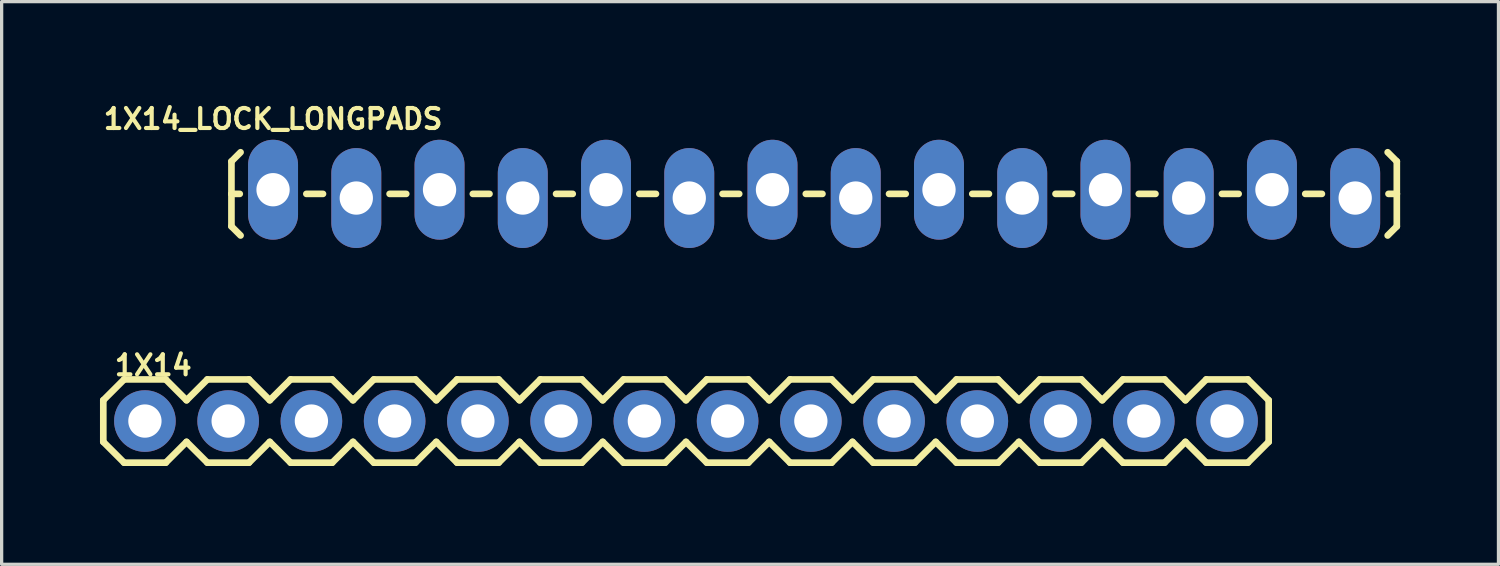
<source format=kicad_pcb>
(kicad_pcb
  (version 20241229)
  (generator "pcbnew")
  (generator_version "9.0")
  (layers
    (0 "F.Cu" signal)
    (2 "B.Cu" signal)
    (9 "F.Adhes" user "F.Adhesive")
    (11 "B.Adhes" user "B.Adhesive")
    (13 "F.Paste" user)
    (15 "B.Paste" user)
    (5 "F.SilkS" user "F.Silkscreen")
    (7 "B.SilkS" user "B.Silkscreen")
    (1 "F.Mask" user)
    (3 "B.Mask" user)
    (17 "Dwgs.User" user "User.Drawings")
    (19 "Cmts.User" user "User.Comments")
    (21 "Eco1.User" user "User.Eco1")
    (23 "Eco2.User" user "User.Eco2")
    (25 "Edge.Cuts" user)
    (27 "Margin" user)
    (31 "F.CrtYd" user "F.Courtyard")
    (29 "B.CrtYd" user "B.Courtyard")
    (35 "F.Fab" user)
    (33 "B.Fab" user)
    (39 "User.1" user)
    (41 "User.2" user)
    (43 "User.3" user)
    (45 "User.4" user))
  (footprint "1X14_LOCK_LONGPADS"
    (layer "F.Cu")
    (at 5.282 2.866)
    (property "Reference" "1X14_LOCK_LONGPADS" (at 0 -2.286 0) (layer "F.SilkS") (effects (font (size 0.61 0.61) (thickness 0.127))))
    (attr exclude_from_pos_files exclude_from_bom)
    (fp_line (start -1.27 -0.991) (end -0.991 -1.27) (stroke (width 0.203) (type solid)) (layer "F.SilkS"))
    (fp_line (start -1.27 0) (end -1.27 -0.991) (stroke (width 0.203) (type solid)) (layer "F.SilkS"))
    (fp_line (start -1.27 0) (end -1.27 0.991) (stroke (width 0.203) (type solid)) (layer "F.SilkS"))
    (fp_line (start -1.27 0) (end -1.016 0) (stroke (width 0.203) (type solid)) (layer "F.SilkS"))
    (fp_line (start -1.27 0.991) (end -0.991 1.27) (stroke (width 0.203) (type solid)) (layer "F.SilkS"))
    (fp_line (start 1.524 0) (end 1.016 0) (stroke (width 0.203) (type solid)) (layer "F.SilkS"))
    (fp_line (start 4.064 0) (end 3.556 0) (stroke (width 0.203) (type solid)) (layer "F.SilkS"))
    (fp_line (start 6.604 0) (end 6.096 0) (stroke (width 0.203) (type solid)) (layer "F.SilkS"))
    (fp_line (start 9.144 0) (end 8.636 0) (stroke (width 0.203) (type solid)) (layer "F.SilkS"))
    (fp_line (start 11.684 0) (end 11.176 0) (stroke (width 0.203) (type solid)) (layer "F.SilkS"))
    (fp_line (start 14.224 0) (end 13.716 0) (stroke (width 0.203) (type solid)) (layer "F.SilkS"))
    (fp_line (start 16.764 0) (end 16.256 0) (stroke (width 0.203) (type solid)) (layer "F.SilkS"))
    (fp_line (start 19.304 0) (end 18.796 0) (stroke (width 0.203) (type solid)) (layer "F.SilkS"))
    (fp_line (start 21.844 0) (end 21.336 0) (stroke (width 0.203) (type solid)) (layer "F.SilkS"))
    (fp_line (start 24.384 0) (end 23.876 0) (stroke (width 0.203) (type solid)) (layer "F.SilkS"))
    (fp_line (start 26.924 0) (end 26.416 0) (stroke (width 0.203) (type solid)) (layer "F.SilkS"))
    (fp_line (start 29.464 0) (end 28.953 0) (stroke (width 0.203) (type solid)) (layer "F.SilkS"))
    (fp_line (start 32.004 0) (end 31.496 0) (stroke (width 0.203) (type solid)) (layer "F.SilkS"))
    (fp_line (start 34.29 -0.991) (end 34.011 -1.27) (stroke (width 0.203) (type solid)) (layer "F.SilkS"))
    (fp_line (start 34.29 0) (end 34.036 0) (stroke (width 0.203) (type solid)) (layer "F.SilkS"))
    (fp_line (start 34.29 0) (end 34.29 -0.991) (stroke (width 0.203) (type solid)) (layer "F.SilkS"))
    (fp_line (start 34.29 0) (end 34.29 0.991) (stroke (width 0.203) (type solid)) (layer "F.SilkS"))
    (fp_line (start 34.29 0.991) (end 34.011 1.27) (stroke (width 0.203) (type solid)) (layer "F.SilkS"))
    (pad "1" thru_hole oval (at 0 -0.127 180) (size 1.524 3.048) (drill 1.016) (layers "*.Cu" "*.Paste" "*.Mask"))
    (pad "2" thru_hole oval (at 2.54 0.127 180) (size 1.524 3.048) (drill 1.016) (layers "*.Cu" "*.Paste" "*.Mask"))
    (pad "3" thru_hole oval (at 5.08 -0.127 180) (size 1.524 3.048) (drill 1.016) (layers "*.Cu" "*.Paste" "*.Mask"))
    (pad "4" thru_hole oval (at 7.62 0.127 180) (size 1.524 3.048) (drill 1.016) (layers "*.Cu" "*.Paste" "*.Mask"))
    (pad "5" thru_hole oval (at 10.16 -0.127 180) (size 1.524 3.048) (drill 1.016) (layers "*.Cu" "*.Paste" "*.Mask"))
    (pad "6" thru_hole oval (at 12.7 0.127 180) (size 1.524 3.048) (drill 1.016) (layers "*.Cu" "*.Paste" "*.Mask"))
    (pad "7" thru_hole oval (at 15.24 -0.127 180) (size 1.524 3.048) (drill 1.016) (layers "*.Cu" "*.Paste" "*.Mask"))
    (pad "8" thru_hole oval (at 17.78 0.127 180) (size 1.524 3.048) (drill 1.016) (layers "*.Cu" "*.Paste" "*.Mask"))
    (pad "9" thru_hole oval (at 20.32 -0.127 180) (size 1.524 3.048) (drill 1.016) (layers "*.Cu" "*.Paste" "*.Mask"))
    (pad "10" thru_hole oval (at 22.86 0.127 180) (size 1.524 3.048) (drill 1.016) (layers "*.Cu" "*.Paste" "*.Mask"))
    (pad "11" thru_hole oval (at 25.4 -0.127 180) (size 1.524 3.048) (drill 1.016) (layers "*.Cu" "*.Paste" "*.Mask"))
    (pad "12" thru_hole oval (at 27.94 0.127 180) (size 1.524 3.048) (drill 1.016) (layers "*.Cu" "*.Paste" "*.Mask"))
    (pad "13" thru_hole oval (at 30.48 -0.127 180) (size 1.524 3.048) (drill 1.016) (layers "*.Cu" "*.Paste" "*.Mask"))
    (pad "14" thru_hole oval (at 33.02 0.127 180) (size 1.524 3.048) (drill 1.016) (layers "*.Cu" "*.Paste" "*.Mask")))
  (footprint "1X14"
    (layer "F.Cu")
    (at 1.372 9.798)
    (property "Reference" "1X14" (at 0.254 -1.702 0) (layer "F.SilkS") (effects (font (size 0.61 0.61) (thickness 0.127))))
    (attr exclude_from_pos_files exclude_from_bom)
    (fp_line (start -1.27 -0.635) (end -1.27 0.635) (stroke (width 0.203) (type solid)) (layer "F.SilkS"))
    (fp_line (start -1.27 0.635) (end -0.635 1.27) (stroke (width 0.203) (type solid)) (layer "F.SilkS"))
    (fp_line (start -0.635 -1.27) (end -1.27 -0.635) (stroke (width 0.203) (type solid)) (layer "F.SilkS"))
    (fp_line (start -0.635 -1.27) (end 0.635 -1.27) (stroke (width 0.203) (type solid)) (layer "F.SilkS"))
    (fp_line (start 0.635 -1.27) (end 1.27 -0.635) (stroke (width 0.203) (type solid)) (layer "F.SilkS"))
    (fp_line (start 0.635 1.27) (end -0.635 1.27) (stroke (width 0.203) (type solid)) (layer "F.SilkS"))
    (fp_line (start 1.27 -0.635) (end 1.905 -1.27) (stroke (width 0.203) (type solid)) (layer "F.SilkS"))
    (fp_line (start 1.27 0.635) (end 0.635 1.27) (stroke (width 0.203) (type solid)) (layer "F.SilkS"))
    (fp_line (start 1.905 -1.27) (end 3.175 -1.27) (stroke (width 0.203) (type solid)) (layer "F.SilkS"))
    (fp_line (start 1.905 1.27) (end 1.27 0.635) (stroke (width 0.203) (type solid)) (layer "F.SilkS"))
    (fp_line (start 3.175 -1.27) (end 3.81 -0.635) (stroke (width 0.203) (type solid)) (layer "F.SilkS"))
    (fp_line (start 3.175 1.27) (end 1.905 1.27) (stroke (width 0.203) (type solid)) (layer "F.SilkS"))
    (fp_line (start 3.81 -0.635) (end 4.445 -1.27) (stroke (width 0.203) (type solid)) (layer "F.SilkS"))
    (fp_line (start 3.81 0.635) (end 3.175 1.27) (stroke (width 0.203) (type solid)) (layer "F.SilkS"))
    (fp_line (start 4.445 -1.27) (end 5.715 -1.27) (stroke (width 0.203) (type solid)) (layer "F.SilkS"))
    (fp_line (start 4.445 1.27) (end 3.81 0.635) (stroke (width 0.203) (type solid)) (layer "F.SilkS"))
    (fp_line (start 5.715 -1.27) (end 6.35 -0.635) (stroke (width 0.203) (type solid)) (layer "F.SilkS"))
    (fp_line (start 5.715 1.27) (end 4.445 1.27) (stroke (width 0.203) (type solid)) (layer "F.SilkS"))
    (fp_line (start 6.35 0.635) (end 5.715 1.27) (stroke (width 0.203) (type solid)) (layer "F.SilkS"))
    (fp_line (start 6.35 0.635) (end 6.985 1.27) (stroke (width 0.203) (type solid)) (layer "F.SilkS"))
    (fp_line (start 6.985 -1.27) (end 6.35 -0.635) (stroke (width 0.203) (type solid)) (layer "F.SilkS"))
    (fp_line (start 6.985 -1.27) (end 8.255 -1.27) (stroke (width 0.203) (type solid)) (layer "F.SilkS"))
    (fp_line (start 8.255 -1.27) (end 8.89 -0.635) (stroke (width 0.203) (type solid)) (layer "F.SilkS"))
    (fp_line (start 8.255 1.27) (end 6.985 1.27) (stroke (width 0.203) (type solid)) (layer "F.SilkS"))
    (fp_line (start 8.89 -0.635) (end 9.525 -1.27) (stroke (width 0.203) (type solid)) (layer "F.SilkS"))
    (fp_line (start 8.89 0.635) (end 8.255 1.27) (stroke (width 0.203) (type solid)) (layer "F.SilkS"))
    (fp_line (start 9.525 -1.27) (end 10.795 -1.27) (stroke (width 0.203) (type solid)) (layer "F.SilkS"))
    (fp_line (start 9.525 1.27) (end 8.89 0.635) (stroke (width 0.203) (type solid)) (layer "F.SilkS"))
    (fp_line (start 10.795 -1.27) (end 11.43 -0.635) (stroke (width 0.203) (type solid)) (layer "F.SilkS"))
    (fp_line (start 10.795 1.27) (end 9.525 1.27) (stroke (width 0.203) (type solid)) (layer "F.SilkS"))
    (fp_line (start 11.43 -0.635) (end 12.065 -1.27) (stroke (width 0.203) (type solid)) (layer "F.SilkS"))
    (fp_line (start 11.43 0.635) (end 10.795 1.27) (stroke (width 0.203) (type solid)) (layer "F.SilkS"))
    (fp_line (start 12.065 -1.27) (end 13.335 -1.27) (stroke (width 0.203) (type solid)) (layer "F.SilkS"))
    (fp_line (start 12.065 1.27) (end 11.43 0.635) (stroke (width 0.203) (type solid)) (layer "F.SilkS"))
    (fp_line (start 13.335 -1.27) (end 13.97 -0.635) (stroke (width 0.203) (type solid)) (layer "F.SilkS"))
    (fp_line (start 13.335 1.27) (end 12.065 1.27) (stroke (width 0.203) (type solid)) (layer "F.SilkS"))
    (fp_line (start 13.97 0.635) (end 13.335 1.27) (stroke (width 0.203) (type solid)) (layer "F.SilkS"))
    (fp_line (start 13.97 0.635) (end 14.605 1.27) (stroke (width 0.203) (type solid)) (layer "F.SilkS"))
    (fp_line (start 14.605 -1.27) (end 13.97 -0.635) (stroke (width 0.203) (type solid)) (layer "F.SilkS"))
    (fp_line (start 14.605 -1.27) (end 15.875 -1.27) (stroke (width 0.203) (type solid)) (layer "F.SilkS"))
    (fp_line (start 15.875 -1.27) (end 16.51 -0.635) (stroke (width 0.203) (type solid)) (layer "F.SilkS"))
    (fp_line (start 15.875 1.27) (end 14.605 1.27) (stroke (width 0.203) (type solid)) (layer "F.SilkS"))
    (fp_line (start 16.51 0.635) (end 15.875 1.27) (stroke (width 0.203) (type solid)) (layer "F.SilkS"))
    (fp_line (start 16.51 0.635) (end 17.145 1.27) (stroke (width 0.203) (type solid)) (layer "F.SilkS"))
    (fp_line (start 17.145 -1.27) (end 16.51 -0.635) (stroke (width 0.203) (type solid)) (layer "F.SilkS"))
    (fp_line (start 17.145 -1.27) (end 18.415 -1.27) (stroke (width 0.203) (type solid)) (layer "F.SilkS"))
    (fp_line (start 18.415 -1.27) (end 19.05 -0.635) (stroke (width 0.203) (type solid)) (layer "F.SilkS"))
    (fp_line (start 18.415 1.27) (end 17.145 1.27) (stroke (width 0.203) (type solid)) (layer "F.SilkS"))
    (fp_line (start 19.05 -0.635) (end 19.685 -1.27) (stroke (width 0.203) (type solid)) (layer "F.SilkS"))
    (fp_line (start 19.05 0.635) (end 18.415 1.27) (stroke (width 0.203) (type solid)) (layer "F.SilkS"))
    (fp_line (start 19.685 -1.27) (end 20.955 -1.27) (stroke (width 0.203) (type solid)) (layer "F.SilkS"))
    (fp_line (start 19.685 1.27) (end 19.05 0.635) (stroke (width 0.203) (type solid)) (layer "F.SilkS"))
    (fp_line (start 20.955 -1.27) (end 21.59 -0.635) (stroke (width 0.203) (type solid)) (layer "F.SilkS"))
    (fp_line (start 20.955 1.27) (end 19.685 1.27) (stroke (width 0.203) (type solid)) (layer "F.SilkS"))
    (fp_line (start 21.59 -0.635) (end 22.225 -1.27) (stroke (width 0.203) (type solid)) (layer "F.SilkS"))
    (fp_line (start 21.59 0.635) (end 20.955 1.27) (stroke (width 0.203) (type solid)) (layer "F.SilkS"))
    (fp_line (start 22.225 -1.27) (end 23.495 -1.27) (stroke (width 0.203) (type solid)) (layer "F.SilkS"))
    (fp_line (start 22.225 1.27) (end 21.59 0.635) (stroke (width 0.203) (type solid)) (layer "F.SilkS"))
    (fp_line (start 23.495 -1.27) (end 24.13 -0.635) (stroke (width 0.203) (type solid)) (layer "F.SilkS"))
    (fp_line (start 23.495 1.27) (end 22.225 1.27) (stroke (width 0.203) (type solid)) (layer "F.SilkS"))
    (fp_line (start 24.13 0.635) (end 23.495 1.27) (stroke (width 0.203) (type solid)) (layer "F.SilkS"))
    (fp_line (start 24.13 0.635) (end 24.765 1.27) (stroke (width 0.203) (type solid)) (layer "F.SilkS"))
    (fp_line (start 24.765 -1.27) (end 24.13 -0.635) (stroke (width 0.203) (type solid)) (layer "F.SilkS"))
    (fp_line (start 24.765 -1.27) (end 26.035 -1.27) (stroke (width 0.203) (type solid)) (layer "F.SilkS"))
    (fp_line (start 26.035 -1.27) (end 26.67 -0.635) (stroke (width 0.203) (type solid)) (layer "F.SilkS"))
    (fp_line (start 26.035 1.27) (end 24.765 1.27) (stroke (width 0.203) (type solid)) (layer "F.SilkS"))
    (fp_line (start 26.67 -0.635) (end 27.305 -1.27) (stroke (width 0.203) (type solid)) (layer "F.SilkS"))
    (fp_line (start 26.67 0.635) (end 26.035 1.27) (stroke (width 0.203) (type solid)) (layer "F.SilkS"))
    (fp_line (start 27.305 -1.27) (end 28.575 -1.27) (stroke (width 0.203) (type solid)) (layer "F.SilkS"))
    (fp_line (start 27.305 1.27) (end 26.67 0.635) (stroke (width 0.203) (type solid)) (layer "F.SilkS"))
    (fp_line (start 28.575 -1.27) (end 29.21 -0.635) (stroke (width 0.203) (type solid)) (layer "F.SilkS"))
    (fp_line (start 28.575 1.27) (end 27.305 1.27) (stroke (width 0.203) (type solid)) (layer "F.SilkS"))
    (fp_line (start 29.21 -0.635) (end 29.845 -1.27) (stroke (width 0.203) (type solid)) (layer "F.SilkS"))
    (fp_line (start 29.21 0.635) (end 28.575 1.27) (stroke (width 0.203) (type solid)) (layer "F.SilkS"))
    (fp_line (start 29.845 -1.27) (end 31.115 -1.27) (stroke (width 0.203) (type solid)) (layer "F.SilkS"))
    (fp_line (start 29.845 1.27) (end 29.21 0.635) (stroke (width 0.203) (type solid)) (layer "F.SilkS"))
    (fp_line (start 31.115 -1.27) (end 31.75 -0.635) (stroke (width 0.203) (type solid)) (layer "F.SilkS"))
    (fp_line (start 31.115 1.27) (end 29.845 1.27) (stroke (width 0.203) (type solid)) (layer "F.SilkS"))
    (fp_line (start 31.75 0.635) (end 31.115 1.27) (stroke (width 0.203) (type solid)) (layer "F.SilkS"))
    (fp_line (start 31.75 0.635) (end 32.385 1.27) (stroke (width 0.203) (type solid)) (layer "F.SilkS"))
    (fp_line (start 32.385 -1.27) (end 31.75 -0.635) (stroke (width 0.203) (type solid)) (layer "F.SilkS"))
    (fp_line (start 32.385 -1.27) (end 33.655 -1.27) (stroke (width 0.203) (type solid)) (layer "F.SilkS"))
    (fp_line (start 33.655 -1.27) (end 34.29 -0.635) (stroke (width 0.203) (type solid)) (layer "F.SilkS"))
    (fp_line (start 33.655 1.27) (end 32.385 1.27) (stroke (width 0.203) (type solid)) (layer "F.SilkS"))
    (fp_line (start 34.29 -0.635) (end 34.29 0.635) (stroke (width 0.203) (type solid)) (layer "F.SilkS"))
    (fp_line (start 34.29 0.635) (end 33.655 1.27) (stroke (width 0.203) (type solid)) (layer "F.SilkS"))
    (fp_line (start -0.254 -0.254) (end 0.254 -0.254) (stroke (width 0.066) (type solid)) (layer "Dwgs.User"))
    (fp_line (start -0.254 0.254) (end -0.254 -0.254) (stroke (width 0.066) (type solid)) (layer "Dwgs.User"))
    (fp_line (start -0.254 0.254) (end 0.254 0.254) (stroke (width 0.066) (type solid)) (layer "Dwgs.User"))
    (fp_line (start 0.254 0.254) (end 0.254 -0.254) (stroke (width 0.066) (type solid)) (layer "Dwgs.User"))
    (fp_line (start 2.286 -0.254) (end 2.794 -0.254) (stroke (width 0.066) (type solid)) (layer "Dwgs.User"))
    (fp_line (start 2.286 0.254) (end 2.286 -0.254) (stroke (width 0.066) (type solid)) (layer "Dwgs.User"))
    (fp_line (start 2.286 0.254) (end 2.794 0.254) (stroke (width 0.066) (type solid)) (layer "Dwgs.User"))
    (fp_line (start 2.794 0.254) (end 2.794 -0.254) (stroke (width 0.066) (type solid)) (layer "Dwgs.User"))
    (fp_line (start 4.826 -0.254) (end 5.334 -0.254) (stroke (width 0.066) (type solid)) (layer "Dwgs.User"))
    (fp_line (start 4.826 0.254) (end 4.826 -0.254) (stroke (width 0.066) (type solid)) (layer "Dwgs.User"))
    (fp_line (start 4.826 0.254) (end 5.334 0.254) (stroke (width 0.066) (type solid)) (layer "Dwgs.User"))
    (fp_line (start 5.334 0.254) (end 5.334 -0.254) (stroke (width 0.066) (type solid)) (layer "Dwgs.User"))
    (fp_line (start 7.366 -0.254) (end 7.874 -0.254) (stroke (width 0.066) (type solid)) (layer "Dwgs.User"))
    (fp_line (start 7.366 0.254) (end 7.366 -0.254) (stroke (width 0.066) (type solid)) (layer "Dwgs.User"))
    (fp_line (start 7.366 0.254) (end 7.874 0.254) (stroke (width 0.066) (type solid)) (layer "Dwgs.User"))
    (fp_line (start 7.874 0.254) (end 7.874 -0.254) (stroke (width 0.066) (type solid)) (layer "Dwgs.User"))
    (fp_line (start 9.906 -0.254) (end 10.414 -0.254) (stroke (width 0.066) (type solid)) (layer "Dwgs.User"))
    (fp_line (start 9.906 0.254) (end 9.906 -0.254) (stroke (width 0.066) (type solid)) (layer "Dwgs.User"))
    (fp_line (start 9.906 0.254) (end 10.414 0.254) (stroke (width 0.066) (type solid)) (layer "Dwgs.User"))
    (fp_line (start 10.414 0.254) (end 10.414 -0.254) (stroke (width 0.066) (type solid)) (layer "Dwgs.User"))
    (fp_line (start 12.446 -0.254) (end 12.954 -0.254) (stroke (width 0.066) (type solid)) (layer "Dwgs.User"))
    (fp_line (start 12.446 0.254) (end 12.446 -0.254) (stroke (width 0.066) (type solid)) (layer "Dwgs.User"))
    (fp_line (start 12.446 0.254) (end 12.954 0.254) (stroke (width 0.066) (type solid)) (layer "Dwgs.User"))
    (fp_line (start 12.954 0.254) (end 12.954 -0.254) (stroke (width 0.066) (type solid)) (layer "Dwgs.User"))
    (fp_line (start 14.986 -0.254) (end 15.494 -0.254) (stroke (width 0.066) (type solid)) (layer "Dwgs.User"))
    (fp_line (start 14.986 0.254) (end 14.986 -0.254) (stroke (width 0.066) (type solid)) (layer "Dwgs.User"))
    (fp_line (start 14.986 0.254) (end 15.494 0.254) (stroke (width 0.066) (type solid)) (layer "Dwgs.User"))
    (fp_line (start 15.494 0.254) (end 15.494 -0.254) (stroke (width 0.066) (type solid)) (layer "Dwgs.User"))
    (fp_line (start 17.523 -0.254) (end 18.034 -0.254) (stroke (width 0.066) (type solid)) (layer "Dwgs.User"))
    (fp_line (start 17.523 0.254) (end 17.523 -0.254) (stroke (width 0.066) (type solid)) (layer "Dwgs.User"))
    (fp_line (start 17.523 0.254) (end 18.034 0.254) (stroke (width 0.066) (type solid)) (layer "Dwgs.User"))
    (fp_line (start 18.034 0.254) (end 18.034 -0.254) (stroke (width 0.066) (type solid)) (layer "Dwgs.User"))
    (fp_line (start 20.066 -0.254) (end 20.574 -0.254) (stroke (width 0.066) (type solid)) (layer "Dwgs.User"))
    (fp_line (start 20.066 0.254) (end 20.066 -0.254) (stroke (width 0.066) (type solid)) (layer "Dwgs.User"))
    (fp_line (start 20.066 0.254) (end 20.574 0.254) (stroke (width 0.066) (type solid)) (layer "Dwgs.User"))
    (fp_line (start 20.574 0.254) (end 20.574 -0.254) (stroke (width 0.066) (type solid)) (layer "Dwgs.User"))
    (fp_line (start 22.606 -0.254) (end 23.114 -0.254) (stroke (width 0.066) (type solid)) (layer "Dwgs.User"))
    (fp_line (start 22.606 0.254) (end 22.606 -0.254) (stroke (width 0.066) (type solid)) (layer "Dwgs.User"))
    (fp_line (start 22.606 0.254) (end 23.114 0.254) (stroke (width 0.066) (type solid)) (layer "Dwgs.User"))
    (fp_line (start 23.114 0.254) (end 23.114 -0.254) (stroke (width 0.066) (type solid)) (layer "Dwgs.User"))
    (fp_line (start 25.146 -0.254) (end 25.654 -0.254) (stroke (width 0.066) (type solid)) (layer "Dwgs.User"))
    (fp_line (start 25.146 0.254) (end 25.146 -0.254) (stroke (width 0.066) (type solid)) (layer "Dwgs.User"))
    (fp_line (start 25.146 0.254) (end 25.654 0.254) (stroke (width 0.066) (type solid)) (layer "Dwgs.User"))
    (fp_line (start 25.654 0.254) (end 25.654 -0.254) (stroke (width 0.066) (type solid)) (layer "Dwgs.User"))
    (fp_line (start 27.686 -0.254) (end 28.194 -0.254) (stroke (width 0.066) (type solid)) (layer "Dwgs.User"))
    (fp_line (start 27.686 0.254) (end 27.686 -0.254) (stroke (width 0.066) (type solid)) (layer "Dwgs.User"))
    (fp_line (start 27.686 0.254) (end 28.194 0.254) (stroke (width 0.066) (type solid)) (layer "Dwgs.User"))
    (fp_line (start 28.194 0.254) (end 28.194 -0.254) (stroke (width 0.066) (type solid)) (layer "Dwgs.User"))
    (fp_line (start 30.226 -0.254) (end 30.734 -0.254) (stroke (width 0.066) (type solid)) (layer "Dwgs.User"))
    (fp_line (start 30.226 0.254) (end 30.226 -0.254) (stroke (width 0.066) (type solid)) (layer "Dwgs.User"))
    (fp_line (start 30.226 0.254) (end 30.734 0.254) (stroke (width 0.066) (type solid)) (layer "Dwgs.User"))
    (fp_line (start 30.734 0.254) (end 30.734 -0.254) (stroke (width 0.066) (type solid)) (layer "Dwgs.User"))
    (fp_line (start 32.766 -0.254) (end 33.274 -0.254) (stroke (width 0.066) (type solid)) (layer "Dwgs.User"))
    (fp_line (start 32.766 0.254) (end 32.766 -0.254) (stroke (width 0.066) (type solid)) (layer "Dwgs.User"))
    (fp_line (start 32.766 0.254) (end 33.274 0.254) (stroke (width 0.066) (type solid)) (layer "Dwgs.User"))
    (fp_line (start 33.274 0.254) (end 33.274 -0.254) (stroke (width 0.066) (type solid)) (layer "Dwgs.User"))
    (pad "1" thru_hole circle (at 0 0) (size 1.88 1.88) (drill 1.016) (layers "*.Cu" "*.Paste" "*.Mask"))
    (pad "2" thru_hole circle (at 2.54 0) (size 1.88 1.88) (drill 1.016) (layers "*.Cu" "*.Paste" "*.Mask"))
    (pad "3" thru_hole circle (at 5.08 0) (size 1.88 1.88) (drill 1.016) (layers "*.Cu" "*.Paste" "*.Mask"))
    (pad "4" thru_hole circle (at 7.62 0) (size 1.88 1.88) (drill 1.016) (layers "*.Cu" "*.Paste" "*.Mask"))
    (pad "5" thru_hole circle (at 10.16 0) (size 1.88 1.88) (drill 1.016) (layers "*.Cu" "*.Paste" "*.Mask"))
    (pad "6" thru_hole circle (at 12.7 0) (size 1.88 1.88) (drill 1.016) (layers "*.Cu" "*.Paste" "*.Mask"))
    (pad "7" thru_hole circle (at 15.24 0) (size 1.88 1.88) (drill 1.016) (layers "*.Cu" "*.Paste" "*.Mask"))
    (pad "8" thru_hole circle (at 17.78 0) (size 1.88 1.88) (drill 1.016) (layers "*.Cu" "*.Paste" "*.Mask"))
    (pad "9" thru_hole circle (at 20.32 0) (size 1.88 1.88) (drill 1.016) (layers "*.Cu" "*.Paste" "*.Mask"))
    (pad "10" thru_hole circle (at 22.86 0) (size 1.88 1.88) (drill 1.016) (layers "*.Cu" "*.Paste" "*.Mask"))
    (pad "11" thru_hole circle (at 25.4 0) (size 1.88 1.88) (drill 1.016) (layers "*.Cu" "*.Paste" "*.Mask"))
    (pad "12" thru_hole circle (at 27.94 0) (size 1.88 1.88) (drill 1.016) (layers "*.Cu" "*.Paste" "*.Mask"))
    (pad "13" thru_hole circle (at 30.48 0) (size 1.88 1.88) (drill 1.016) (layers "*.Cu" "*.Paste" "*.Mask"))
    (pad "14" thru_hole circle (at 33.02 0) (size 1.88 1.88) (drill 1.016) (layers "*.Cu" "*.Paste" "*.Mask")))
  (gr_rect
    (start -3 -3)
    (end 42.674 14.169)
    (stroke (width 0.1) (type default))
    (fill no)
    (layer "Edge.Cuts")))
</source>
